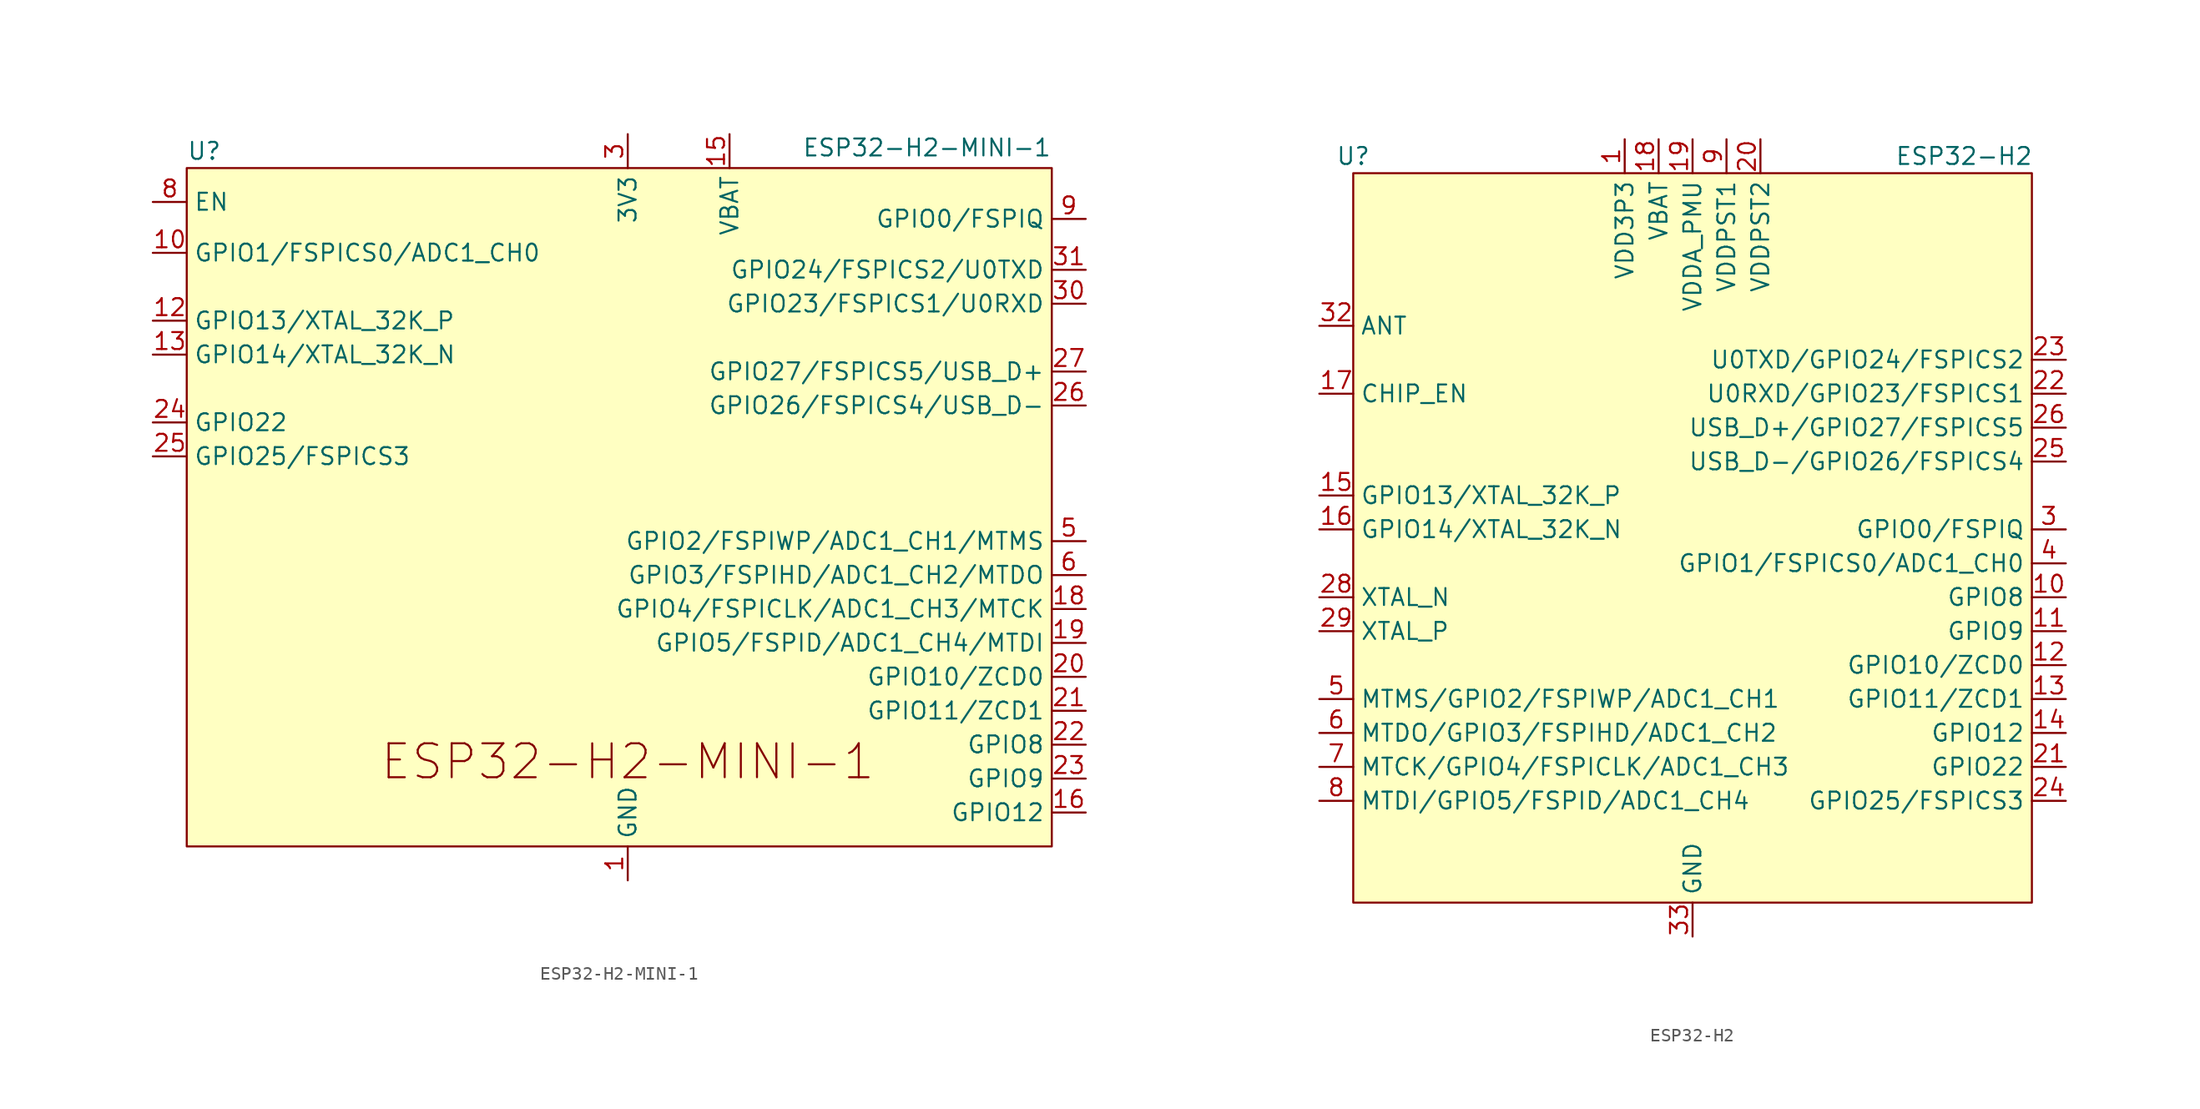
<source format=kicad_sym>
(kicad_symbol_lib
  (version 20241209)
  (generator "kicad_symbol_editor")
  (generator_version "9.0")
  (symbol "ESP32-H2-MINI-1"
    (property "Reference" "U"
      (at -33.02 26.67 0)
      (effects (font (size 1.27 1.27)) (justify left)))
    (property "Value" "ESP32-H2-MINI-1"
      (at 31.75 26.924 0)
      (effects (font (size 1.27 1.27)) (justify right)))
    (symbol "ESP32-H2-MINI-1_0_1"
      (rectangle (start -33.02 25.4) (end 31.75 -25.4) (stroke (width 0) (type default)) (fill (type background))))
    (symbol "ESP32-H2-MINI-1_1_0"
      (text "ESP32-H2-MINI-1" (at 0 -19.05 0) (effects (font (size 2.54 2.54))))
      (pin bidirectional line (at -35.56 19.05 0) (length 2.54) (name "GPIO1/FSPICS0/ADC1_CH0" (effects (font (size 1.27 1.27)))) (number "10" (effects (font (size 1.27 1.27)))))
      (pin bidirectional line (at -35.56 6.35 0) (length 2.54) (name "GPIO22" (effects (font (size 1.27 1.27)))) (number "24" (effects (font (size 1.27 1.27)))))
      (pin bidirectional line (at -35.56 3.81 0) (length 2.54) (name "GPIO25/FSPICS3" (effects (font (size 1.27 1.27)))) (number "25" (effects (font (size 1.27 1.27)))))
      (pin no_connect line (at -33.02 -2.54 0) (length 2.54) (hide yes) (name "NC" (effects (font (size 1.27 1.27)))) (number "17" (effects (font (size 1.27 1.27)))))
      (pin no_connect line (at -33.02 -5.08 0) (length 2.54) (hide yes) (name "NC" (effects (font (size 1.27 1.27)))) (number "28" (effects (font (size 1.27 1.27)))))
      (pin no_connect line (at -33.02 -7.62 0) (length 2.54) (hide yes) (name "NC" (effects (font (size 1.27 1.27)))) (number "29" (effects (font (size 1.27 1.27)))))
      (pin no_connect line (at -33.02 -10.16 0) (length 2.54) (hide yes) (name "NC" (effects (font (size 1.27 1.27)))) (number "32" (effects (font (size 1.27 1.27)))))
      (pin no_connect line (at -33.02 -12.7 0) (length 2.54) (hide yes) (name "NC" (effects (font (size 1.27 1.27)))) (number "33" (effects (font (size 1.27 1.27)))))
      (pin no_connect line (at -33.02 -15.24 0) (length 2.54) (hide yes) (name "NC" (effects (font (size 1.27 1.27)))) (number "34" (effects (font (size 1.27 1.27)))))
      (pin no_connect line (at -33.02 -17.78 0) (length 2.54) (hide yes) (name "NC" (effects (font (size 1.27 1.27)))) (number "35" (effects (font (size 1.27 1.27)))))
      (pin no_connect line (at -33.02 -20.32 0) (length 2.54) (hide yes) (name "NC" (effects (font (size 1.27 1.27)))) (number "4" (effects (font (size 1.27 1.27)))))
      (pin no_connect line (at -33.02 -22.86 0) (length 2.54) (hide yes) (name "NC" (effects (font (size 1.27 1.27)))) (number "7" (effects (font (size 1.27 1.27)))))
      (pin bidirectional line (at 34.29 21.59 180) (length 2.54) (name "GPIO0/FSPIQ" (effects (font (size 1.27 1.27)))) (number "9" (effects (font (size 1.27 1.27))))))
    (symbol "ESP32-H2-MINI-1_1_1"
      (pin input line (at -35.56 22.86 0) (length 2.54) (name "EN" (effects (font (size 1.27 1.27)))) (number "8" (effects (font (size 1.27 1.27)))))
      (pin bidirectional line (at -35.56 13.97 0) (length 2.54) (name "GPIO13/XTAL_32K_P" (effects (font (size 1.27 1.27)))) (number "12" (effects (font (size 1.27 1.27)))))
      (pin bidirectional line (at -35.56 11.43 0) (length 2.54) (name "GPIO14/XTAL_32K_N" (effects (font (size 1.27 1.27)))) (number "13" (effects (font (size 1.27 1.27)))))
      (pin power_in line (at 0 27.94 270) (length 2.54) (name "3V3" (effects (font (size 1.27 1.27)))) (number "3" (effects (font (size 1.27 1.27)))))
      (pin power_in line (at 0 -27.94 90) (length 2.54) (name "GND" (effects (font (size 1.27 1.27)))) (number "1" (effects (font (size 1.27 1.27)))))
      (pin passive line (at 0 -27.94 90) (length 2.54) (hide yes) (name "GND" (effects (font (size 1.27 1.27)))) (number "11" (effects (font (size 1.27 1.27)))))
      (pin passive line (at 0 -27.94 90) (length 2.54) (hide yes) (name "GND" (effects (font (size 1.27 1.27)))) (number "14" (effects (font (size 1.27 1.27)))))
      (pin passive line (at 0 -27.94 90) (length 2.54) (hide yes) (name "GND" (effects (font (size 1.27 1.27)))) (number "2" (effects (font (size 1.27 1.27)))))
      (pin passive line (at 0 -27.94 90) (length 2.54) (hide yes) (name "GND" (effects (font (size 1.27 1.27)))) (number "36" (effects (font (size 1.27 1.27)))))
      (pin passive line (at 0 -27.94 90) (length 2.54) (hide yes) (name "GND" (effects (font (size 1.27 1.27)))) (number "37" (effects (font (size 1.27 1.27)))))
      (pin passive line (at 0 -27.94 90) (length 2.54) (hide yes) (name "GND" (effects (font (size 1.27 1.27)))) (number "38" (effects (font (size 1.27 1.27)))))
      (pin passive line (at 0 -27.94 90) (length 2.54) (hide yes) (name "GND" (effects (font (size 1.27 1.27)))) (number "39" (effects (font (size 1.27 1.27)))))
      (pin passive line (at 0 -27.94 90) (length 2.54) (hide yes) (name "GND" (effects (font (size 1.27 1.27)))) (number "40" (effects (font (size 1.27 1.27)))))
      (pin passive line (at 0 -27.94 90) (length 2.54) (hide yes) (name "GND" (effects (font (size 1.27 1.27)))) (number "41" (effects (font (size 1.27 1.27)))))
      (pin passive line (at 0 -27.94 90) (length 2.54) (hide yes) (name "GND" (effects (font (size 1.27 1.27)))) (number "42" (effects (font (size 1.27 1.27)))))
      (pin passive line (at 0 -27.94 90) (length 2.54) (hide yes) (name "GND" (effects (font (size 1.27 1.27)))) (number "43" (effects (font (size 1.27 1.27)))))
      (pin passive line (at 0 -27.94 90) (length 2.54) (hide yes) (name "GND" (effects (font (size 1.27 1.27)))) (number "44" (effects (font (size 1.27 1.27)))))
      (pin passive line (at 0 -27.94 90) (length 2.54) (hide yes) (name "GND" (effects (font (size 1.27 1.27)))) (number "45" (effects (font (size 1.27 1.27)))))
      (pin passive line (at 0 -27.94 90) (length 2.54) (hide yes) (name "GND" (effects (font (size 1.27 1.27)))) (number "46" (effects (font (size 1.27 1.27)))))
      (pin passive line (at 0 -27.94 90) (length 2.54) (hide yes) (name "GND" (effects (font (size 1.27 1.27)))) (number "47" (effects (font (size 1.27 1.27)))))
      (pin passive line (at 0 -27.94 90) (length 2.54) (hide yes) (name "GND" (effects (font (size 1.27 1.27)))) (number "48" (effects (font (size 1.27 1.27)))))
      (pin passive line (at 0 -27.94 90) (length 2.54) (hide yes) (name "GND" (effects (font (size 1.27 1.27)))) (number "49" (effects (font (size 1.27 1.27)))))
      (pin passive line (at 0 -27.94 90) (length 2.54) (hide yes) (name "GND" (effects (font (size 1.27 1.27)))) (number "50" (effects (font (size 1.27 1.27)))))
      (pin passive line (at 0 -27.94 90) (length 2.54) (hide yes) (name "GND" (effects (font (size 1.27 1.27)))) (number "51" (effects (font (size 1.27 1.27)))))
      (pin passive line (at 0 -27.94 90) (length 2.54) (hide yes) (name "GND" (effects (font (size 1.27 1.27)))) (number "52" (effects (font (size 1.27 1.27)))))
      (pin passive line (at 0 -27.94 90) (length 2.54) (hide yes) (name "GND" (effects (font (size 1.27 1.27)))) (number "53" (effects (font (size 1.27 1.27)))))
      (pin input line (at 7.62 27.94 270) (length 2.54) (name "VBAT" (effects (font (size 1.27 1.27)))) (number "15" (effects (font (size 1.27 1.27)))))
      (pin bidirectional line (at 34.29 17.78 180) (length 2.54) (name "GPIO24/FSPICS2/U0TXD" (effects (font (size 1.27 1.27)))) (number "31" (effects (font (size 1.27 1.27)))))
      (pin bidirectional line (at 34.29 15.24 180) (length 2.54) (name "GPIO23/FSPICS1/U0RXD" (effects (font (size 1.27 1.27)))) (number "30" (effects (font (size 1.27 1.27)))))
      (pin bidirectional line (at 34.29 10.16 180) (length 2.54) (name "GPIO27/FSPICS5/USB_D+" (effects (font (size 1.27 1.27)))) (number "27" (effects (font (size 1.27 1.27)))))
      (pin bidirectional line (at 34.29 7.62 180) (length 2.54) (name "GPIO26/FSPICS4/USB_D-" (effects (font (size 1.27 1.27)))) (number "26" (effects (font (size 1.27 1.27)))))
      (pin bidirectional line (at 34.29 -2.54 180) (length 2.54) (name "GPIO2/FSPIWP/ADC1_CH1/MTMS" (effects (font (size 1.27 1.27)))) (number "5" (effects (font (size 1.27 1.27)))))
      (pin bidirectional line (at 34.29 -5.08 180) (length 2.54) (name "GPIO3/FSPIHD/ADC1_CH2/MTDO" (effects (font (size 1.27 1.27)))) (number "6" (effects (font (size 1.27 1.27)))))
      (pin bidirectional line (at 34.29 -7.62 180) (length 2.54) (name "GPIO4/FSPICLK/ADC1_CH3/MTCK" (effects (font (size 1.27 1.27)))) (number "18" (effects (font (size 1.27 1.27)))))
      (pin bidirectional line (at 34.29 -10.16 180) (length 2.54) (name "GPIO5/FSPID/ADC1_CH4/MTDI" (effects (font (size 1.27 1.27)))) (number "19" (effects (font (size 1.27 1.27)))))
      (pin bidirectional line (at 34.29 -12.7 180) (length 2.54) (name "GPIO10/ZCD0" (effects (font (size 1.27 1.27)))) (number "20" (effects (font (size 1.27 1.27)))))
      (pin bidirectional line (at 34.29 -15.24 180) (length 2.54) (name "GPIO11/ZCD1" (effects (font (size 1.27 1.27)))) (number "21" (effects (font (size 1.27 1.27)))))
      (pin bidirectional line (at 34.29 -17.78 180) (length 2.54) (name "GPIO8" (effects (font (size 1.27 1.27)))) (number "22" (effects (font (size 1.27 1.27)))))
      (pin bidirectional line (at 34.29 -20.32 180) (length 2.54) (name "GPIO9" (effects (font (size 1.27 1.27)))) (number "23" (effects (font (size 1.27 1.27)))))
      (pin bidirectional line (at 34.29 -22.86 180) (length 2.54) (name "GPIO12" (effects (font (size 1.27 1.27)))) (number "16" (effects (font (size 1.27 1.27)))))))
  (symbol "ESP32-H2"
    (property "Reference" "U"
      (at -25.4 30.48 0)
      (effects (font (size 1.27 1.27))))
    (property "Value" "ESP32-H2"
      (at 20.32 30.48 0)
      (effects (font (size 1.27 1.27))))
    (symbol "ESP32-H2_0_1"
      (rectangle (start -25.4 29.21) (end 25.4 -25.4) (stroke (width 0) (type default)) (fill (type background))))
    (symbol "ESP32-H2_1_1"
      (pin bidirectional line (at -27.94 17.78 0) (length 2.54) (name "ANT" (effects (font (size 1.27 1.27)))) (number "32" (effects (font (size 1.27 1.27)))))
      (pin input line (at -27.94 12.7 0) (length 2.54) (name "CHIP_EN" (effects (font (size 1.27 1.27)))) (number "17" (effects (font (size 1.27 1.27)))))
      (pin bidirectional line (at -27.94 5.08 0) (length 2.54) (name "GPIO13/XTAL_32K_P" (effects (font (size 1.27 1.27)))) (number "15" (effects (font (size 1.27 1.27)))))
      (pin bidirectional line (at -27.94 2.54 0) (length 2.54) (name "GPIO14/XTAL_32K_N" (effects (font (size 1.27 1.27)))) (number "16" (effects (font (size 1.27 1.27)))))
      (pin output line (at -27.94 -2.54 0) (length 2.54) (name "XTAL_N" (effects (font (size 1.27 1.27)))) (number "28" (effects (font (size 1.27 1.27)))))
      (pin input line (at -27.94 -5.08 0) (length 2.54) (name "XTAL_P" (effects (font (size 1.27 1.27)))) (number "29" (effects (font (size 1.27 1.27)))))
      (pin bidirectional line (at -27.94 -10.16 0) (length 2.54) (name "MTMS/GPIO2/FSPIWP/ADC1_CH1" (effects (font (size 1.27 1.27)))) (number "5" (effects (font (size 1.27 1.27)))))
      (pin bidirectional line (at -27.94 -12.7 0) (length 2.54) (name "MTDO/GPIO3/FSPIHD/ADC1_CH2" (effects (font (size 1.27 1.27)))) (number "6" (effects (font (size 1.27 1.27)))))
      (pin bidirectional line (at -27.94 -15.24 0) (length 2.54) (name "MTCK/GPIO4/FSPICLK/ADC1_CH3" (effects (font (size 1.27 1.27)))) (number "7" (effects (font (size 1.27 1.27)))))
      (pin bidirectional line (at -27.94 -17.78 0) (length 2.54) (name "MTDI/GPIO5/FSPID/ADC1_CH4" (effects (font (size 1.27 1.27)))) (number "8" (effects (font (size 1.27 1.27)))))
      (pin power_in line (at -5.08 31.75 270) (length 2.54) (name "VDD3P3" (effects (font (size 1.27 1.27)))) (number "1" (effects (font (size 1.27 1.27)))))
      (pin passive line (at -5.08 31.75 270) (length 2.54) (hide yes) (name "VDD3P3" (effects (font (size 1.27 1.27)))) (number "2" (effects (font (size 1.27 1.27)))))
      (pin passive line (at -5.08 31.75 270) (length 2.54) (hide yes) (name "VDD3P3" (effects (font (size 1.27 1.27)))) (number "27" (effects (font (size 1.27 1.27)))))
      (pin passive line (at -5.08 31.75 270) (length 2.54) (hide yes) (name "VDD3P3" (effects (font (size 1.27 1.27)))) (number "30" (effects (font (size 1.27 1.27)))))
      (pin passive line (at -5.08 31.75 270) (length 2.54) (hide yes) (name "VDD3P3" (effects (font (size 1.27 1.27)))) (number "31" (effects (font (size 1.27 1.27)))))
      (pin power_in line (at -2.54 31.75 270) (length 2.54) (name "VBAT" (effects (font (size 1.27 1.27)))) (number "18" (effects (font (size 1.27 1.27)))))
      (pin power_in line (at 0 31.75 270) (length 2.54) (name "VDDA_PMU" (effects (font (size 1.27 1.27)))) (number "19" (effects (font (size 1.27 1.27)))))
      (pin power_in line (at 0 -27.94 90) (length 2.54) (name "GND" (effects (font (size 1.27 1.27)))) (number "33" (effects (font (size 1.27 1.27)))))
      (pin power_in line (at 2.54 31.75 270) (length 2.54) (name "VDDPST1" (effects (font (size 1.27 1.27)))) (number "9" (effects (font (size 1.27 1.27)))))
      (pin power_in line (at 5.08 31.75 270) (length 2.54) (name "VDDPST2" (effects (font (size 1.27 1.27)))) (number "20" (effects (font (size 1.27 1.27)))))
      (pin bidirectional line (at 27.94 15.24 180) (length 2.54) (name "U0TXD/GPIO24/FSPICS2" (effects (font (size 1.27 1.27)))) (number "23" (effects (font (size 1.27 1.27)))))
      (pin bidirectional line (at 27.94 12.7 180) (length 2.54) (name "U0RXD/GPIO23/FSPICS1" (effects (font (size 1.27 1.27)))) (number "22" (effects (font (size 1.27 1.27)))))
      (pin bidirectional line (at 27.94 10.16 180) (length 2.54) (name "USB_D+/GPIO27/FSPICS5" (effects (font (size 1.27 1.27)))) (number "26" (effects (font (size 1.27 1.27)))))
      (pin bidirectional line (at 27.94 7.62 180) (length 2.54) (name "USB_D-/GPIO26/FSPICS4" (effects (font (size 1.27 1.27)))) (number "25" (effects (font (size 1.27 1.27)))))
      (pin bidirectional line (at 27.94 2.54 180) (length 2.54) (name "GPIO0/FSPIQ" (effects (font (size 1.27 1.27)))) (number "3" (effects (font (size 1.27 1.27)))))
      (pin bidirectional line (at 27.94 0 180) (length 2.54) (name "GPIO1/FSPICS0/ADC1_CH0" (effects (font (size 1.27 1.27)))) (number "4" (effects (font (size 1.27 1.27)))))
      (pin bidirectional line (at 27.94 -2.54 180) (length 2.54) (name "GPIO8" (effects (font (size 1.27 1.27)))) (number "10" (effects (font (size 1.27 1.27)))))
      (pin bidirectional line (at 27.94 -5.08 180) (length 2.54) (name "GPIO9" (effects (font (size 1.27 1.27)))) (number "11" (effects (font (size 1.27 1.27)))))
      (pin bidirectional line (at 27.94 -7.62 180) (length 2.54) (name "GPIO10/ZCD0" (effects (font (size 1.27 1.27)))) (number "12" (effects (font (size 1.27 1.27)))))
      (pin bidirectional line (at 27.94 -10.16 180) (length 2.54) (name "GPIO11/ZCD1" (effects (font (size 1.27 1.27)))) (number "13" (effects (font (size 1.27 1.27)))))
      (pin bidirectional line (at 27.94 -12.7 180) (length 2.54) (name "GPIO12" (effects (font (size 1.27 1.27)))) (number "14" (effects (font (size 1.27 1.27)))))
      (pin bidirectional line (at 27.94 -15.24 180) (length 2.54) (name "GPIO22" (effects (font (size 1.27 1.27)))) (number "21" (effects (font (size 1.27 1.27)))))
      (pin bidirectional line (at 27.94 -17.78 180) (length 2.54) (name "GPIO25/FSPICS3" (effects (font (size 1.27 1.27)))) (number "24" (effects (font (size 1.27 1.27))))))))
</source>
